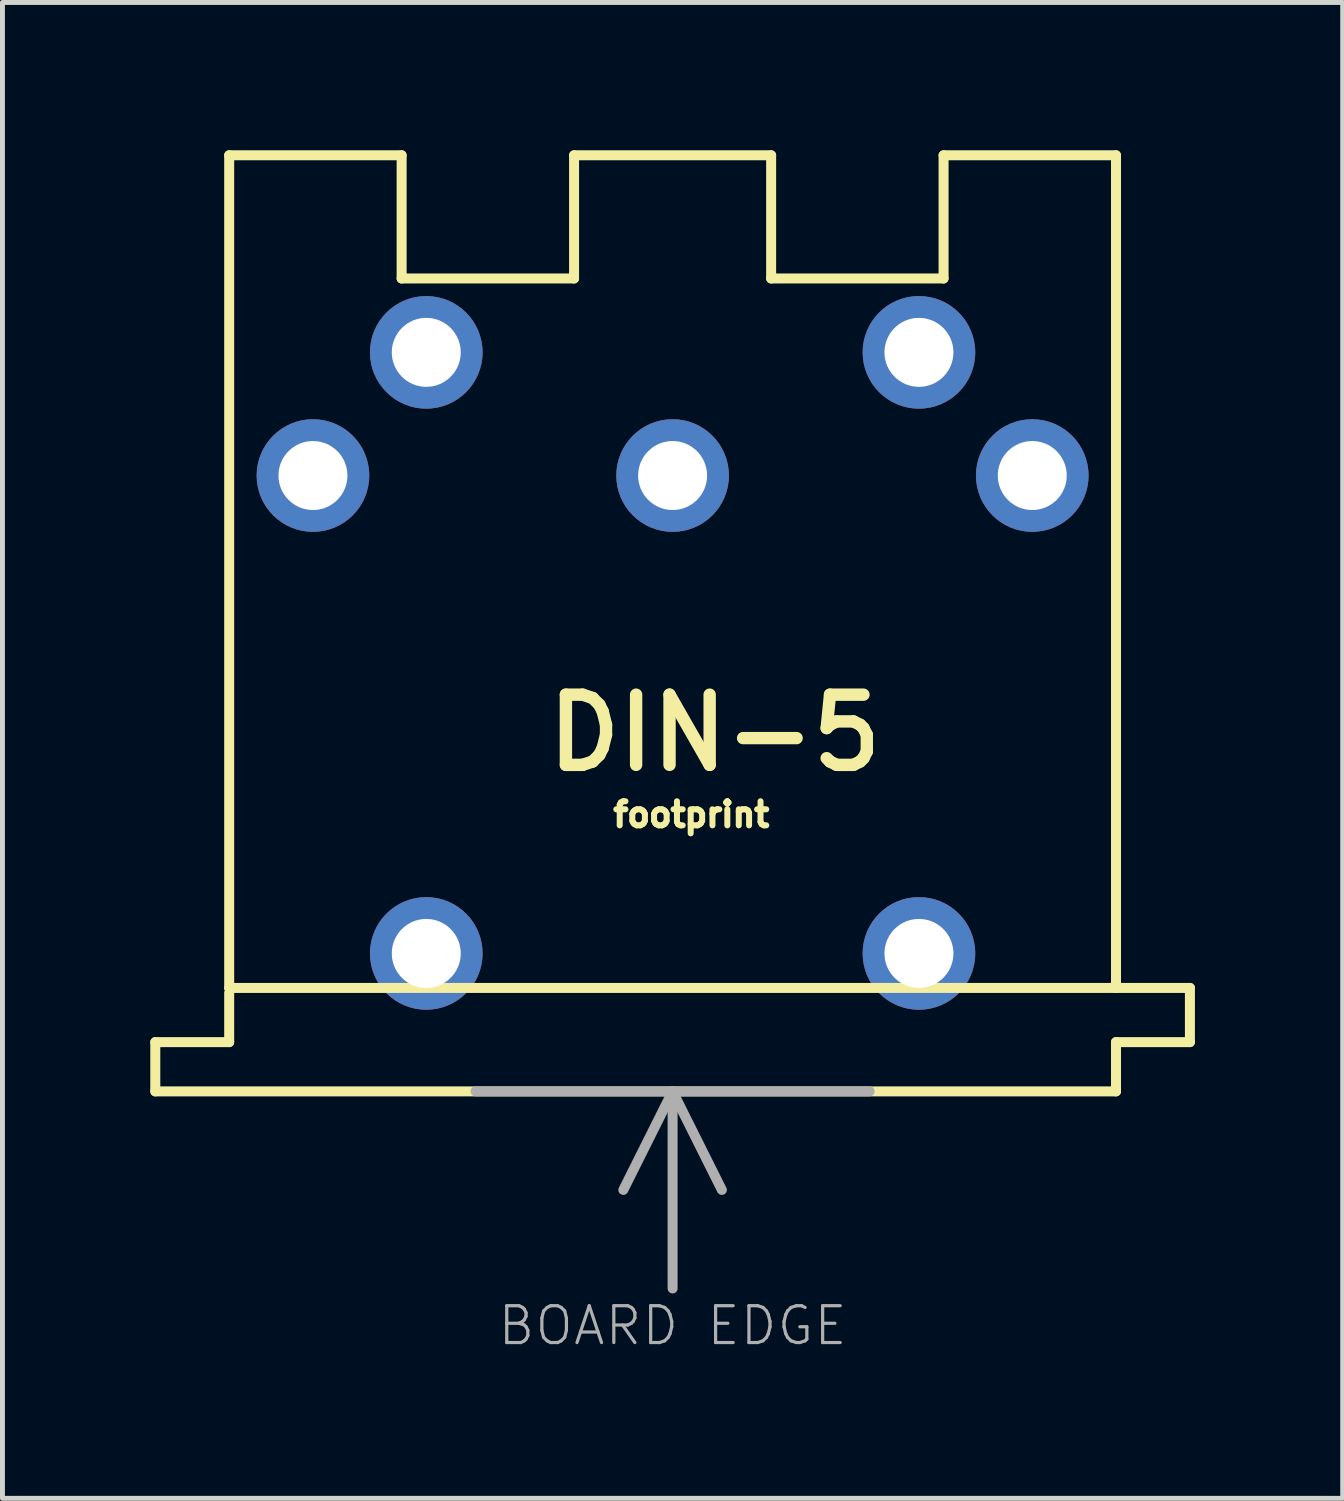
<source format=kicad_pcb>
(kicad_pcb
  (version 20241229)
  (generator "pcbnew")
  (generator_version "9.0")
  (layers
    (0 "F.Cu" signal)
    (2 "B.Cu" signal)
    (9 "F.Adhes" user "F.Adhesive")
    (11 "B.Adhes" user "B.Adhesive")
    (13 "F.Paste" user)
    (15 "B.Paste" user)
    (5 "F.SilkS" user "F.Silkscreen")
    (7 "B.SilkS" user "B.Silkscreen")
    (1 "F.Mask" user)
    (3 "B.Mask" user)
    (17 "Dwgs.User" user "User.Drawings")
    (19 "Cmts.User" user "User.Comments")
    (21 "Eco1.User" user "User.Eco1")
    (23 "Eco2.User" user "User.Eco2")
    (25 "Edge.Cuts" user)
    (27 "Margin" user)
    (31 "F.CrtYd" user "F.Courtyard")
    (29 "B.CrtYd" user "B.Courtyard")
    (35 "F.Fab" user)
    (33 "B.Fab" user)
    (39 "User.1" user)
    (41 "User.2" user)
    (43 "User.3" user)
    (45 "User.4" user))
  (footprint "footprint"
    (layer "F.Cu")
    (at 10.602 19.102)
    (property "Reference" "footprint" (at -1.27 -5.334 0) (layer "F.SilkS") (effects (font (size 0.488 0.488) (thickness 0.122)) (justify left bottom)))
    (fp_line (start -10.5 -1) (end -10.5 0) (stroke (width 0.203) (type solid)) (layer "F.SilkS"))
    (fp_line (start -10.5 0) (end 9 0) (stroke (width 0.203) (type solid)) (layer "F.SilkS"))
    (fp_line (start -9 -19) (end -9 -2.1) (stroke (width 0.203) (type solid)) (layer "F.SilkS"))
    (fp_line (start -9 -2.1) (end 9 -2.1) (stroke (width 0.203) (type solid)) (layer "F.SilkS"))
    (fp_line (start -9 -2) (end -9 -1) (stroke (width 0.203) (type solid)) (layer "F.SilkS"))
    (fp_line (start -9 -1) (end -10.5 -1) (stroke (width 0.203) (type solid)) (layer "F.SilkS"))
    (fp_line (start -5.5 -19) (end -9 -19) (stroke (width 0.203) (type solid)) (layer "F.SilkS"))
    (fp_line (start -5.5 -19) (end -5.5 -16.5) (stroke (width 0.203) (type solid)) (layer "F.SilkS"))
    (fp_line (start -2 -19) (end -2 -16.5) (stroke (width 0.203) (type solid)) (layer "F.SilkS"))
    (fp_line (start -2 -16.5) (end -5.5 -16.5) (stroke (width 0.203) (type solid)) (layer "F.SilkS"))
    (fp_line (start 2 -19) (end -2 -19) (stroke (width 0.203) (type solid)) (layer "F.SilkS"))
    (fp_line (start 2 -19) (end 2 -16.5) (stroke (width 0.203) (type solid)) (layer "F.SilkS"))
    (fp_line (start 5.5 -19) (end 5.5 -16.5) (stroke (width 0.203) (type solid)) (layer "F.SilkS"))
    (fp_line (start 5.5 -16.5) (end 2 -16.5) (stroke (width 0.203) (type solid)) (layer "F.SilkS"))
    (fp_line (start 9 -19) (end 5.5 -19) (stroke (width 0.203) (type solid)) (layer "F.SilkS"))
    (fp_line (start 9 -2.1) (end 9 -19) (stroke (width 0.203) (type solid)) (layer "F.SilkS"))
    (fp_line (start 9 -1) (end 10.5 -1) (stroke (width 0.203) (type solid)) (layer "F.SilkS"))
    (fp_line (start 9 0) (end 9 -1) (stroke (width 0.203) (type solid)) (layer "F.SilkS"))
    (fp_line (start 10.5 -2.1) (end 9 -2.1) (stroke (width 0.203) (type solid)) (layer "F.SilkS"))
    (fp_line (start 10.5 -1) (end 10.5 -2.1) (stroke (width 0.203) (type solid)) (layer "F.SilkS"))
    (fp_line (start -4 0) (end 0 0) (stroke (width 0.203) (type solid)) (layer "F.Fab"))
    (fp_line (start -1 2) (end 0 0) (stroke (width 0.203) (type solid)) (layer "F.Fab"))
    (fp_line (start 0 0) (end 4 0) (stroke (width 0.203) (type solid)) (layer "F.Fab"))
    (fp_line (start 0 4) (end 0 0) (stroke (width 0.203) (type solid)) (layer "F.Fab"))
    (fp_line (start 1 2) (end 0 0) (stroke (width 0.203) (type solid)) (layer "F.Fab"))
    (fp_text user "DIN-5" (at -2.67 -6.44 0) (layer "F.SilkS") (effects (font (size 1.425 1.425) (thickness 0.251)) (justify left bottom)))
    (fp_text user "BOARD EDGE" (at 0 4.318 0) (layer "F.Fab") (effects (font (size 0.748 0.748) (thickness 0.065)) (justify top)))
    (pad "1" thru_hole circle (at 7.3 -12.5) (size 2.286 2.286) (drill 1.4) (layers "*.Cu" "*.Mask"))
    (pad "2" thru_hole circle (at 0 -12.5) (size 2.286 2.286) (drill 1.4) (layers "*.Cu" "*.Mask"))
    (pad "3" thru_hole circle (at -7.3 -12.5) (size 2.286 2.286) (drill 1.4) (layers "*.Cu" "*.Mask"))
    (pad "4" thru_hole circle (at 5 -15) (size 2.286 2.286) (drill 1.4) (layers "*.Cu" "*.Mask"))
    (pad "5" thru_hole circle (at -5 -15) (size 2.286 2.286) (drill 1.4) (layers "*.Cu" "*.Mask"))
    (pad "6" thru_hole circle (at -5 -2.8) (size 2.286 2.286) (drill 1.4) (layers "*.Cu" "*.Mask"))
    (pad "7" thru_hole circle (at 5 -2.8) (size 2.286 2.286) (drill 1.4) (layers "*.Cu" "*.Mask")))
  (gr_rect
    (start -3 -3)
    (end 24.203 27.362)
    (stroke (width 0.1) (type default))
    (fill no)
    (layer "Edge.Cuts")))
</source>
